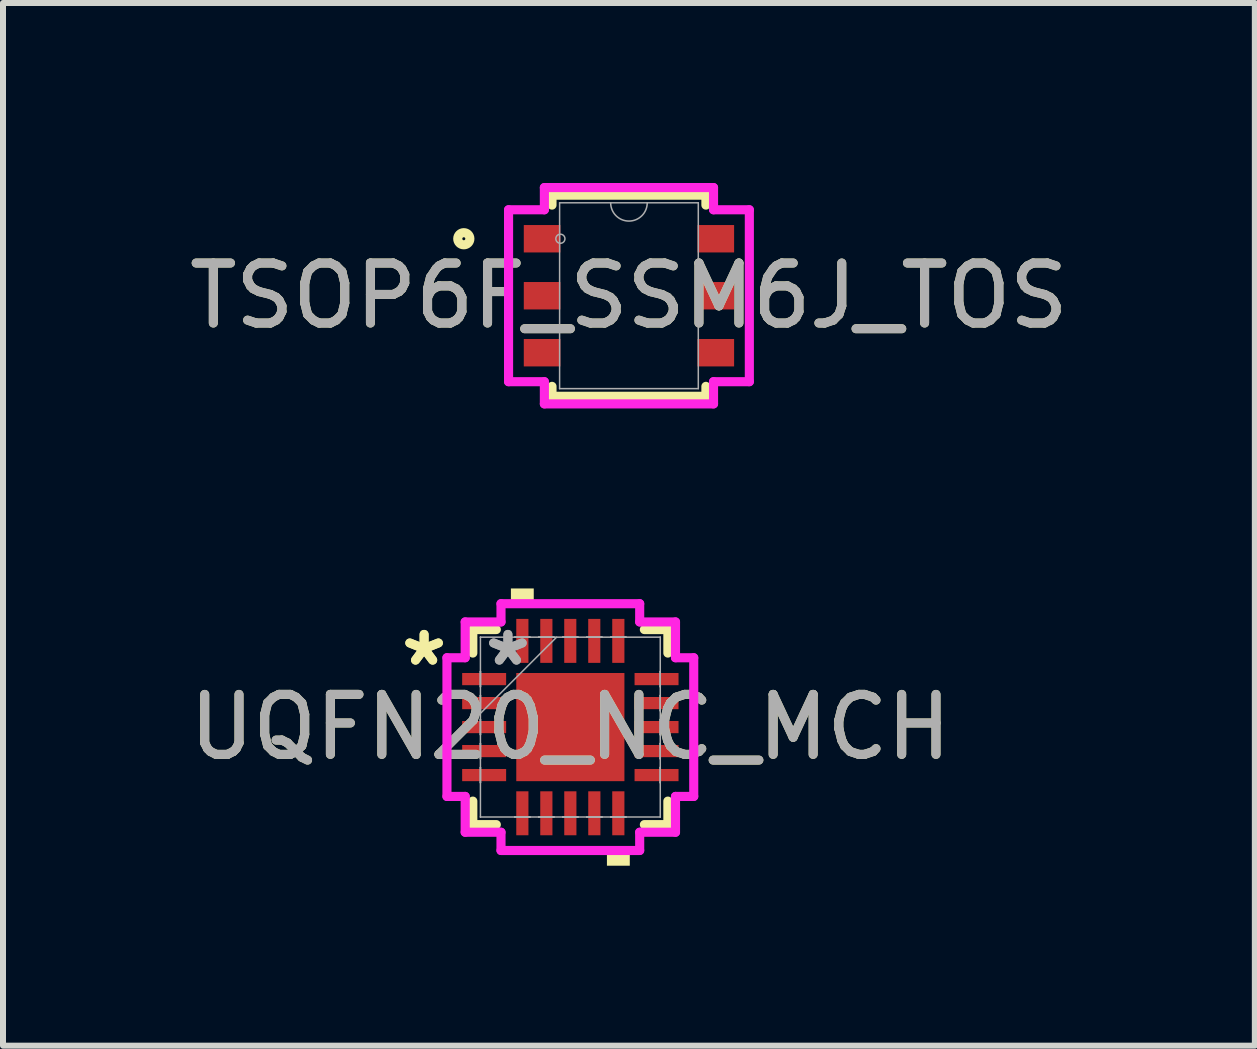
<source format=kicad_pcb>
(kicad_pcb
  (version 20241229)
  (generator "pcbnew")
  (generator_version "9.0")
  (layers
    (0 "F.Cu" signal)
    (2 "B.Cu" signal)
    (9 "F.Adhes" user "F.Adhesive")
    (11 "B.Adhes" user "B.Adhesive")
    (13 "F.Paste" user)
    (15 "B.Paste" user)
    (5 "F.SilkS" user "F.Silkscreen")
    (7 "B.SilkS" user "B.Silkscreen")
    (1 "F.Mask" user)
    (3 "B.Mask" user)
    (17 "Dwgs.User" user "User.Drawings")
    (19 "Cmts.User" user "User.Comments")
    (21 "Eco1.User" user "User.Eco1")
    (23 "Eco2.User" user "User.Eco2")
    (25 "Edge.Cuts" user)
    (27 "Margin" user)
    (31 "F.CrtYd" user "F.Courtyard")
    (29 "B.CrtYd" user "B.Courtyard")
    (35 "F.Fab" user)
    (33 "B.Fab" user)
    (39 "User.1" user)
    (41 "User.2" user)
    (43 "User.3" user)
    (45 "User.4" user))
  (footprint "UQFN20_NC_MCH"
    (layer "F.Cu")
    (at 6.458 9.071)
    (property "Reference" "UQFN20_NC_MCH" (at 0 0 0) (unlocked yes) (layer "F.SilkS") (effects (font (size 1 1) (thickness 0.15))))
    (attr smd)
    (fp_line (start -1.626 -1.626) (end -1.626 -1.234) (stroke (width 0.152) (type solid)) (layer "F.SilkS"))
    (fp_line (start -1.626 1.234) (end -1.626 1.626) (stroke (width 0.152) (type solid)) (layer "F.SilkS"))
    (fp_line (start -1.626 1.626) (end -1.234 1.626) (stroke (width 0.152) (type solid)) (layer "F.SilkS"))
    (fp_line (start -1.234 -1.626) (end -1.626 -1.626) (stroke (width 0.152) (type solid)) (layer "F.SilkS"))
    (fp_line (start 1.234 1.626) (end 1.626 1.626) (stroke (width 0.152) (type solid)) (layer "F.SilkS"))
    (fp_line (start 1.626 -1.626) (end 1.234 -1.626) (stroke (width 0.152) (type solid)) (layer "F.SilkS"))
    (fp_line (start 1.626 -1.234) (end 1.626 -1.626) (stroke (width 0.152) (type solid)) (layer "F.SilkS"))
    (fp_line (start 1.626 1.626) (end 1.626 1.234) (stroke (width 0.152) (type solid)) (layer "F.SilkS"))
    (fp_poly (pts (xy -0.991 -2.057) (xy -0.991 -2.311) (xy -0.61 -2.311) (xy -0.61 -2.057)) (stroke (width 0) (type solid)) (fill yes) (layer "F.SilkS"))
    (fp_poly (pts (xy 0.61 2.057) (xy 0.61 2.311) (xy 0.991 2.311) (xy 0.991 2.057)) (stroke (width 0) (type solid)) (fill yes) (layer "F.SilkS"))
    (fp_line (start -2.057 -1.156) (end -1.753 -1.156) (stroke (width 0.152) (type solid)) (layer "F.CrtYd"))
    (fp_line (start -2.057 1.156) (end -2.057 -1.156) (stroke (width 0.152) (type solid)) (layer "F.CrtYd"))
    (fp_line (start -1.753 -1.753) (end -1.156 -1.753) (stroke (width 0.152) (type solid)) (layer "F.CrtYd"))
    (fp_line (start -1.753 -1.156) (end -1.753 -1.753) (stroke (width 0.152) (type solid)) (layer "F.CrtYd"))
    (fp_line (start -1.753 1.156) (end -2.057 1.156) (stroke (width 0.152) (type solid)) (layer "F.CrtYd"))
    (fp_line (start -1.753 1.753) (end -1.753 1.156) (stroke (width 0.152) (type solid)) (layer "F.CrtYd"))
    (fp_line (start -1.156 -2.057) (end 1.156 -2.057) (stroke (width 0.152) (type solid)) (layer "F.CrtYd"))
    (fp_line (start -1.156 -1.753) (end -1.156 -2.057) (stroke (width 0.152) (type solid)) (layer "F.CrtYd"))
    (fp_line (start -1.156 1.753) (end -1.753 1.753) (stroke (width 0.152) (type solid)) (layer "F.CrtYd"))
    (fp_line (start -1.156 2.057) (end -1.156 1.753) (stroke (width 0.152) (type solid)) (layer "F.CrtYd"))
    (fp_line (start 1.156 -2.057) (end 1.156 -1.753) (stroke (width 0.152) (type solid)) (layer "F.CrtYd"))
    (fp_line (start 1.156 -1.753) (end 1.753 -1.753) (stroke (width 0.152) (type solid)) (layer "F.CrtYd"))
    (fp_line (start 1.156 1.753) (end 1.156 2.057) (stroke (width 0.152) (type solid)) (layer "F.CrtYd"))
    (fp_line (start 1.156 2.057) (end -1.156 2.057) (stroke (width 0.152) (type solid)) (layer "F.CrtYd"))
    (fp_line (start 1.753 -1.753) (end 1.753 -1.156) (stroke (width 0.152) (type solid)) (layer "F.CrtYd"))
    (fp_line (start 1.753 -1.156) (end 2.057 -1.156) (stroke (width 0.152) (type solid)) (layer "F.CrtYd"))
    (fp_line (start 1.753 1.156) (end 1.753 1.753) (stroke (width 0.152) (type solid)) (layer "F.CrtYd"))
    (fp_line (start 1.753 1.753) (end 1.156 1.753) (stroke (width 0.152) (type solid)) (layer "F.CrtYd"))
    (fp_line (start 2.057 -1.156) (end 2.057 1.156) (stroke (width 0.152) (type solid)) (layer "F.CrtYd"))
    (fp_line (start 2.057 1.156) (end 1.753 1.156) (stroke (width 0.152) (type solid)) (layer "F.CrtYd"))
    (fp_line (start -1.499 -1.499) (end -1.499 -1.499) (stroke (width 0.025) (type solid)) (layer "F.Fab"))
    (fp_line (start -1.499 -1.499) (end -1.499 1.499) (stroke (width 0.025) (type solid)) (layer "F.Fab"))
    (fp_line (start -1.499 -0.927) (end -1.499 -0.927) (stroke (width 0.025) (type solid)) (layer "F.Fab"))
    (fp_line (start -1.499 -0.927) (end -1.499 -0.673) (stroke (width 0.025) (type solid)) (layer "F.Fab"))
    (fp_line (start -1.499 -0.673) (end -1.499 -0.927) (stroke (width 0.025) (type solid)) (layer "F.Fab"))
    (fp_line (start -1.499 -0.673) (end -1.499 -0.673) (stroke (width 0.025) (type solid)) (layer "F.Fab"))
    (fp_line (start -1.499 -0.527) (end -1.499 -0.527) (stroke (width 0.025) (type solid)) (layer "F.Fab"))
    (fp_line (start -1.499 -0.527) (end -1.499 -0.273) (stroke (width 0.025) (type solid)) (layer "F.Fab"))
    (fp_line (start -1.499 -0.273) (end -1.499 -0.527) (stroke (width 0.025) (type solid)) (layer "F.Fab"))
    (fp_line (start -1.499 -0.273) (end -1.499 -0.273) (stroke (width 0.025) (type solid)) (layer "F.Fab"))
    (fp_line (start -1.499 -0.229) (end -0.229 -1.499) (stroke (width 0.025) (type solid)) (layer "F.Fab"))
    (fp_line (start -1.499 -0.127) (end -1.499 -0.127) (stroke (width 0.025) (type solid)) (layer "F.Fab"))
    (fp_line (start -1.499 -0.127) (end -1.499 0.127) (stroke (width 0.025) (type solid)) (layer "F.Fab"))
    (fp_line (start -1.499 0.127) (end -1.499 -0.127) (stroke (width 0.025) (type solid)) (layer "F.Fab"))
    (fp_line (start -1.499 0.127) (end -1.499 0.127) (stroke (width 0.025) (type solid)) (layer "F.Fab"))
    (fp_line (start -1.499 0.273) (end -1.499 0.273) (stroke (width 0.025) (type solid)) (layer "F.Fab"))
    (fp_line (start -1.499 0.273) (end -1.499 0.527) (stroke (width 0.025) (type solid)) (layer "F.Fab"))
    (fp_line (start -1.499 0.527) (end -1.499 0.273) (stroke (width 0.025) (type solid)) (layer "F.Fab"))
    (fp_line (start -1.499 0.527) (end -1.499 0.527) (stroke (width 0.025) (type solid)) (layer "F.Fab"))
    (fp_line (start -1.499 0.673) (end -1.499 0.673) (stroke (width 0.025) (type solid)) (layer "F.Fab"))
    (fp_line (start -1.499 0.673) (end -1.499 0.927) (stroke (width 0.025) (type solid)) (layer "F.Fab"))
    (fp_line (start -1.499 0.927) (end -1.499 0.673) (stroke (width 0.025) (type solid)) (layer "F.Fab"))
    (fp_line (start -1.499 0.927) (end -1.499 0.927) (stroke (width 0.025) (type solid)) (layer "F.Fab"))
    (fp_line (start -1.499 1.499) (end -1.499 1.499) (stroke (width 0.025) (type solid)) (layer "F.Fab"))
    (fp_line (start -1.499 1.499) (end 1.499 1.499) (stroke (width 0.025) (type solid)) (layer "F.Fab"))
    (fp_line (start -0.927 -1.499) (end -0.927 -1.499) (stroke (width 0.025) (type solid)) (layer "F.Fab"))
    (fp_line (start -0.927 -1.499) (end -0.673 -1.499) (stroke (width 0.025) (type solid)) (layer "F.Fab"))
    (fp_line (start -0.927 1.499) (end -0.927 1.499) (stroke (width 0.025) (type solid)) (layer "F.Fab"))
    (fp_line (start -0.927 1.499) (end -0.673 1.499) (stroke (width 0.025) (type solid)) (layer "F.Fab"))
    (fp_line (start -0.673 -1.499) (end -0.927 -1.499) (stroke (width 0.025) (type solid)) (layer "F.Fab"))
    (fp_line (start -0.673 -1.499) (end -0.673 -1.499) (stroke (width 0.025) (type solid)) (layer "F.Fab"))
    (fp_line (start -0.673 1.499) (end -0.927 1.499) (stroke (width 0.025) (type solid)) (layer "F.Fab"))
    (fp_line (start -0.673 1.499) (end -0.673 1.499) (stroke (width 0.025) (type solid)) (layer "F.Fab"))
    (fp_line (start -0.527 -1.499) (end -0.527 -1.499) (stroke (width 0.025) (type solid)) (layer "F.Fab"))
    (fp_line (start -0.527 -1.499) (end -0.273 -1.499) (stroke (width 0.025) (type solid)) (layer "F.Fab"))
    (fp_line (start -0.527 1.499) (end -0.527 1.499) (stroke (width 0.025) (type solid)) (layer "F.Fab"))
    (fp_line (start -0.527 1.499) (end -0.273 1.499) (stroke (width 0.025) (type solid)) (layer "F.Fab"))
    (fp_line (start -0.273 -1.499) (end -0.527 -1.499) (stroke (width 0.025) (type solid)) (layer "F.Fab"))
    (fp_line (start -0.273 -1.499) (end -0.273 -1.499) (stroke (width 0.025) (type solid)) (layer "F.Fab"))
    (fp_line (start -0.273 1.499) (end -0.527 1.499) (stroke (width 0.025) (type solid)) (layer "F.Fab"))
    (fp_line (start -0.273 1.499) (end -0.273 1.499) (stroke (width 0.025) (type solid)) (layer "F.Fab"))
    (fp_line (start -0.127 -1.499) (end -0.127 -1.499) (stroke (width 0.025) (type solid)) (layer "F.Fab"))
    (fp_line (start -0.127 -1.499) (end 0.127 -1.499) (stroke (width 0.025) (type solid)) (layer "F.Fab"))
    (fp_line (start -0.127 1.499) (end -0.127 1.499) (stroke (width 0.025) (type solid)) (layer "F.Fab"))
    (fp_line (start -0.127 1.499) (end 0.127 1.499) (stroke (width 0.025) (type solid)) (layer "F.Fab"))
    (fp_line (start 0.127 -1.499) (end -0.127 -1.499) (stroke (width 0.025) (type solid)) (layer "F.Fab"))
    (fp_line (start 0.127 -1.499) (end 0.127 -1.499) (stroke (width 0.025) (type solid)) (layer "F.Fab"))
    (fp_line (start 0.127 1.499) (end -0.127 1.499) (stroke (width 0.025) (type solid)) (layer "F.Fab"))
    (fp_line (start 0.127 1.499) (end 0.127 1.499) (stroke (width 0.025) (type solid)) (layer "F.Fab"))
    (fp_line (start 0.273 -1.499) (end 0.273 -1.499) (stroke (width 0.025) (type solid)) (layer "F.Fab"))
    (fp_line (start 0.273 -1.499) (end 0.527 -1.499) (stroke (width 0.025) (type solid)) (layer "F.Fab"))
    (fp_line (start 0.273 1.499) (end 0.273 1.499) (stroke (width 0.025) (type solid)) (layer "F.Fab"))
    (fp_line (start 0.273 1.499) (end 0.527 1.499) (stroke (width 0.025) (type solid)) (layer "F.Fab"))
    (fp_line (start 0.527 -1.499) (end 0.273 -1.499) (stroke (width 0.025) (type solid)) (layer "F.Fab"))
    (fp_line (start 0.527 -1.499) (end 0.527 -1.499) (stroke (width 0.025) (type solid)) (layer "F.Fab"))
    (fp_line (start 0.527 1.499) (end 0.273 1.499) (stroke (width 0.025) (type solid)) (layer "F.Fab"))
    (fp_line (start 0.527 1.499) (end 0.527 1.499) (stroke (width 0.025) (type solid)) (layer "F.Fab"))
    (fp_line (start 0.673 -1.499) (end 0.673 -1.499) (stroke (width 0.025) (type solid)) (layer "F.Fab"))
    (fp_line (start 0.673 -1.499) (end 0.927 -1.499) (stroke (width 0.025) (type solid)) (layer "F.Fab"))
    (fp_line (start 0.673 1.499) (end 0.673 1.499) (stroke (width 0.025) (type solid)) (layer "F.Fab"))
    (fp_line (start 0.673 1.499) (end 0.927 1.499) (stroke (width 0.025) (type solid)) (layer "F.Fab"))
    (fp_line (start 0.927 -1.499) (end 0.673 -1.499) (stroke (width 0.025) (type solid)) (layer "F.Fab"))
    (fp_line (start 0.927 -1.499) (end 0.927 -1.499) (stroke (width 0.025) (type solid)) (layer "F.Fab"))
    (fp_line (start 0.927 1.499) (end 0.673 1.499) (stroke (width 0.025) (type solid)) (layer "F.Fab"))
    (fp_line (start 0.927 1.499) (end 0.927 1.499) (stroke (width 0.025) (type solid)) (layer "F.Fab"))
    (fp_line (start 1.499 -1.499) (end -1.499 -1.499) (stroke (width 0.025) (type solid)) (layer "F.Fab"))
    (fp_line (start 1.499 -1.499) (end 1.499 -1.499) (stroke (width 0.025) (type solid)) (layer "F.Fab"))
    (fp_line (start 1.499 -0.927) (end 1.499 -0.927) (stroke (width 0.025) (type solid)) (layer "F.Fab"))
    (fp_line (start 1.499 -0.927) (end 1.499 -0.673) (stroke (width 0.025) (type solid)) (layer "F.Fab"))
    (fp_line (start 1.499 -0.673) (end 1.499 -0.927) (stroke (width 0.025) (type solid)) (layer "F.Fab"))
    (fp_line (start 1.499 -0.673) (end 1.499 -0.673) (stroke (width 0.025) (type solid)) (layer "F.Fab"))
    (fp_line (start 1.499 -0.527) (end 1.499 -0.527) (stroke (width 0.025) (type solid)) (layer "F.Fab"))
    (fp_line (start 1.499 -0.527) (end 1.499 -0.273) (stroke (width 0.025) (type solid)) (layer "F.Fab"))
    (fp_line (start 1.499 -0.273) (end 1.499 -0.527) (stroke (width 0.025) (type solid)) (layer "F.Fab"))
    (fp_line (start 1.499 -0.273) (end 1.499 -0.273) (stroke (width 0.025) (type solid)) (layer "F.Fab"))
    (fp_line (start 1.499 -0.127) (end 1.499 -0.127) (stroke (width 0.025) (type solid)) (layer "F.Fab"))
    (fp_line (start 1.499 -0.127) (end 1.499 0.127) (stroke (width 0.025) (type solid)) (layer "F.Fab"))
    (fp_line (start 1.499 0.127) (end 1.499 -0.127) (stroke (width 0.025) (type solid)) (layer "F.Fab"))
    (fp_line (start 1.499 0.127) (end 1.499 0.127) (stroke (width 0.025) (type solid)) (layer "F.Fab"))
    (fp_line (start 1.499 0.273) (end 1.499 0.273) (stroke (width 0.025) (type solid)) (layer "F.Fab"))
    (fp_line (start 1.499 0.273) (end 1.499 0.527) (stroke (width 0.025) (type solid)) (layer "F.Fab"))
    (fp_line (start 1.499 0.527) (end 1.499 0.273) (stroke (width 0.025) (type solid)) (layer "F.Fab"))
    (fp_line (start 1.499 0.527) (end 1.499 0.527) (stroke (width 0.025) (type solid)) (layer "F.Fab"))
    (fp_line (start 1.499 0.673) (end 1.499 0.673) (stroke (width 0.025) (type solid)) (layer "F.Fab"))
    (fp_line (start 1.499 0.673) (end 1.499 0.927) (stroke (width 0.025) (type solid)) (layer "F.Fab"))
    (fp_line (start 1.499 0.927) (end 1.499 0.673) (stroke (width 0.025) (type solid)) (layer "F.Fab"))
    (fp_line (start 1.499 0.927) (end 1.499 0.927) (stroke (width 0.025) (type solid)) (layer "F.Fab"))
    (fp_line (start 1.499 1.499) (end 1.499 -1.499) (stroke (width 0.025) (type solid)) (layer "F.Fab"))
    (fp_line (start 1.499 1.499) (end 1.499 1.499) (stroke (width 0.025) (type solid)) (layer "F.Fab"))
    (fp_text user "*" (at -2.438 -1 0) (unlocked yes) (layer "F.SilkS") (effects (font (size 1 1) (thickness 0.15))))
    (fp_text user "*" (at -2.438 -1 0) (layer "F.SilkS") (effects (font (size 1 1) (thickness 0.15))))
    (fp_text user "${REFERENCE}" (at 0 0 0) (unlocked yes) (layer "F.Fab") (effects (font (size 1 1) (thickness 0.15))))
    (fp_text user "*" (at -1.041 -1 0) (layer "F.Fab") (effects (font (size 1 1) (thickness 0.15))))
    (fp_text user "*" (at -1.041 -1 0) (unlocked yes) (layer "F.Fab") (effects (font (size 1 1) (thickness 0.15))))
    (pad "1" smd rect (at -1.437 -0.8 90) (size 0.203 0.733) (layers "F.Cu" "F.Mask" "F.Paste"))
    (pad "2" smd rect (at -1.437 -0.4 90) (size 0.203 0.733) (layers "F.Cu" "F.Mask" "F.Paste"))
    (pad "3" smd rect (at -1.437 0 90) (size 0.203 0.733) (layers "F.Cu" "F.Mask" "F.Paste"))
    (pad "4" smd rect (at -1.437 0.4 90) (size 0.203 0.733) (layers "F.Cu" "F.Mask" "F.Paste"))
    (pad "5" smd rect (at -1.437 0.8 90) (size 0.203 0.733) (layers "F.Cu" "F.Mask" "F.Paste"))
    (pad "6" smd rect (at -0.8 1.437) (size 0.203 0.733) (layers "F.Cu" "F.Mask" "F.Paste"))
    (pad "7" smd rect (at -0.4 1.437) (size 0.203 0.733) (layers "F.Cu" "F.Mask" "F.Paste"))
    (pad "8" smd rect (at 0 1.437) (size 0.203 0.733) (layers "F.Cu" "F.Mask" "F.Paste"))
    (pad "9" smd rect (at 0.4 1.437) (size 0.203 0.733) (layers "F.Cu" "F.Mask" "F.Paste"))
    (pad "10" smd rect (at 0.8 1.437) (size 0.203 0.733) (layers "F.Cu" "F.Mask" "F.Paste"))
    (pad "11" smd rect (at 1.437 0.8 90) (size 0.203 0.733) (layers "F.Cu" "F.Mask" "F.Paste"))
    (pad "12" smd rect (at 1.437 0.4 90) (size 0.203 0.733) (layers "F.Cu" "F.Mask" "F.Paste"))
    (pad "13" smd rect (at 1.437 0 90) (size 0.203 0.733) (layers "F.Cu" "F.Mask" "F.Paste"))
    (pad "14" smd rect (at 1.437 -0.4 90) (size 0.203 0.733) (layers "F.Cu" "F.Mask" "F.Paste"))
    (pad "15" smd rect (at 1.437 -0.8 90) (size 0.203 0.733) (layers "F.Cu" "F.Mask" "F.Paste"))
    (pad "16" smd rect (at 0.8 -1.437) (size 0.203 0.733) (layers "F.Cu" "F.Mask" "F.Paste"))
    (pad "17" smd rect (at 0.399 -1.437) (size 0.202 0.733) (layers "F.Cu" "F.Mask" "F.Paste"))
    (pad "18" smd rect (at -0.001 -1.437) (size 0.202 0.733) (layers "F.Cu" "F.Mask" "F.Paste"))
    (pad "19" smd rect (at -0.4 -1.437) (size 0.203 0.733) (layers "F.Cu" "F.Mask" "F.Paste"))
    (pad "20" smd rect (at -0.8 -1.437) (size 0.203 0.733) (layers "F.Cu" "F.Mask" "F.Paste"))
    (pad "21" smd rect (at 0 0) (size 1.803 1.803) (layers "F.Cu" "F.Mask" "F.Paste")))
  (footprint "TSOP6F_SSM6J_TOS"
    (layer "F.Cu")
    (at 7.435 1.88)
    (property "Reference" "TSOP6F_SSM6J_TOS" (at 0 0 0) (unlocked yes) (layer "F.SilkS") (effects (font (size 1 1) (thickness 0.15))))
    (attr smd)
    (fp_line (start -1.283 -1.676) (end -1.283 -1.511) (stroke (width 0.152) (type solid)) (layer "F.SilkS"))
    (fp_line (start -1.283 1.511) (end -1.283 1.676) (stroke (width 0.152) (type solid)) (layer "F.SilkS"))
    (fp_line (start -1.283 1.676) (end 1.283 1.676) (stroke (width 0.152) (type solid)) (layer "F.SilkS"))
    (fp_line (start 1.283 -1.676) (end -1.283 -1.676) (stroke (width 0.152) (type solid)) (layer "F.SilkS"))
    (fp_line (start 1.283 -1.511) (end 1.283 -1.676) (stroke (width 0.152) (type solid)) (layer "F.SilkS"))
    (fp_line (start 1.283 1.676) (end 1.283 1.511) (stroke (width 0.152) (type solid)) (layer "F.SilkS"))
    (fp_circle (center -2.753 -0.95) (end -2.652 -0.95) (stroke (width 0.152) (type solid)) (fill no) (layer "F.SilkS"))
    (fp_line (start -2.007 -1.433) (end -1.41 -1.433) (stroke (width 0.152) (type solid)) (layer "F.CrtYd"))
    (fp_line (start -2.007 1.433) (end -2.007 -1.433) (stroke (width 0.152) (type solid)) (layer "F.CrtYd"))
    (fp_line (start -2.007 1.433) (end -1.41 1.433) (stroke (width 0.152) (type solid)) (layer "F.CrtYd"))
    (fp_line (start -1.41 -1.803) (end 1.41 -1.803) (stroke (width 0.152) (type solid)) (layer "F.CrtYd"))
    (fp_line (start -1.41 -1.433) (end -1.41 -1.803) (stroke (width 0.152) (type solid)) (layer "F.CrtYd"))
    (fp_line (start -1.41 1.803) (end -1.41 1.433) (stroke (width 0.152) (type solid)) (layer "F.CrtYd"))
    (fp_line (start 1.41 -1.803) (end 1.41 -1.433) (stroke (width 0.152) (type solid)) (layer "F.CrtYd"))
    (fp_line (start 1.41 1.433) (end 1.41 1.803) (stroke (width 0.152) (type solid)) (layer "F.CrtYd"))
    (fp_line (start 1.41 1.803) (end -1.41 1.803) (stroke (width 0.152) (type solid)) (layer "F.CrtYd"))
    (fp_line (start 2.007 -1.433) (end 1.41 -1.433) (stroke (width 0.152) (type solid)) (layer "F.CrtYd"))
    (fp_line (start 2.007 -1.433) (end 2.007 1.433) (stroke (width 0.152) (type solid)) (layer "F.CrtYd"))
    (fp_line (start 2.007 1.433) (end 1.41 1.433) (stroke (width 0.152) (type solid)) (layer "F.CrtYd"))
    (fp_line (start -1.156 -1.549) (end -1.156 1.549) (stroke (width 0.025) (type solid)) (layer "F.Fab"))
    (fp_line (start -1.156 1.549) (end 1.156 1.549) (stroke (width 0.025) (type solid)) (layer "F.Fab"))
    (fp_line (start 1.156 -1.549) (end -1.156 -1.549) (stroke (width 0.025) (type solid)) (layer "F.Fab"))
    (fp_line (start 1.156 1.549) (end 1.156 -1.549) (stroke (width 0.025) (type solid)) (layer "F.Fab"))
    (fp_arc (start 0.3048 -1.5494) (mid 0 -1.2446) (end -0.3048 -1.5494) (stroke (width 0.0254) (type solid)) (layer "F.Fab"))
    (fp_circle (center -1.143 -0.95) (end -1.067 -0.95) (stroke (width 0.025) (type solid)) (fill no) (layer "F.Fab"))
    (fp_text user "${REFERENCE}" (at 0 0 0) (unlocked yes) (layer "F.Fab") (effects (font (size 1 1) (thickness 0.15))))
    (pad "1" smd rect (at -1.448 -0.95) (size 0.61 0.457) (layers "F.Cu" "F.Mask" "F.Paste"))
    (pad "2" smd rect (at -1.448 0) (size 0.61 0.457) (layers "F.Cu" "F.Mask" "F.Paste"))
    (pad "3" smd rect (at -1.448 0.95) (size 0.61 0.457) (layers "F.Cu" "F.Mask" "F.Paste"))
    (pad "4" smd rect (at 1.448 0.95) (size 0.61 0.457) (layers "F.Cu" "F.Mask" "F.Paste"))
    (pad "5" smd rect (at 1.448 0) (size 0.61 0.457) (layers "F.Cu" "F.Mask" "F.Paste"))
    (pad "6" smd rect (at 1.448 -0.95) (size 0.61 0.457) (layers "F.Cu" "F.Mask" "F.Paste")))
  (gr_rect
    (start -3 -3)
    (end 17.869 14.382)
    (stroke (width 0.1) (type default))
    (fill no)
    (layer "Edge.Cuts")))
</source>
